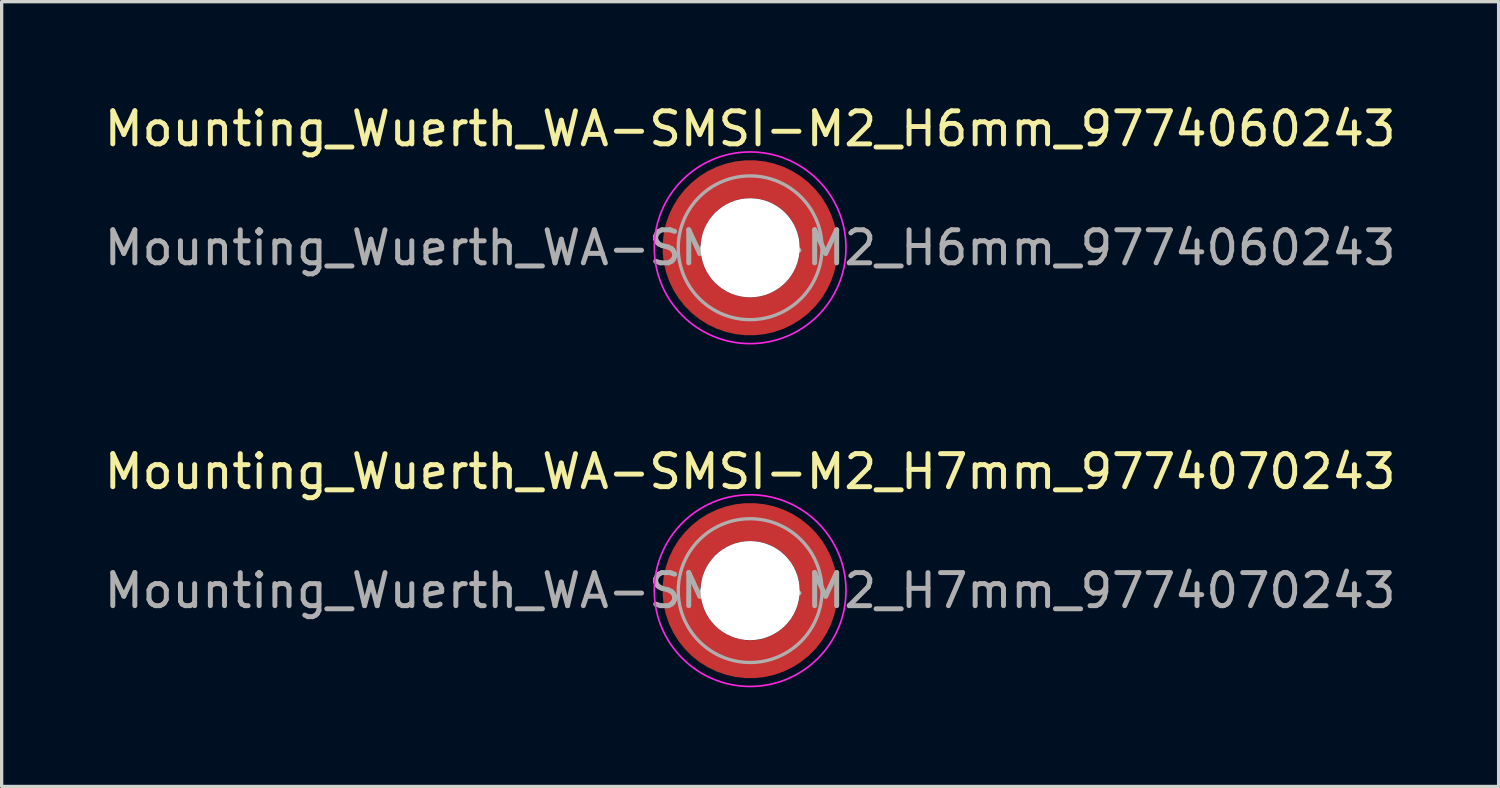
<source format=kicad_pcb>
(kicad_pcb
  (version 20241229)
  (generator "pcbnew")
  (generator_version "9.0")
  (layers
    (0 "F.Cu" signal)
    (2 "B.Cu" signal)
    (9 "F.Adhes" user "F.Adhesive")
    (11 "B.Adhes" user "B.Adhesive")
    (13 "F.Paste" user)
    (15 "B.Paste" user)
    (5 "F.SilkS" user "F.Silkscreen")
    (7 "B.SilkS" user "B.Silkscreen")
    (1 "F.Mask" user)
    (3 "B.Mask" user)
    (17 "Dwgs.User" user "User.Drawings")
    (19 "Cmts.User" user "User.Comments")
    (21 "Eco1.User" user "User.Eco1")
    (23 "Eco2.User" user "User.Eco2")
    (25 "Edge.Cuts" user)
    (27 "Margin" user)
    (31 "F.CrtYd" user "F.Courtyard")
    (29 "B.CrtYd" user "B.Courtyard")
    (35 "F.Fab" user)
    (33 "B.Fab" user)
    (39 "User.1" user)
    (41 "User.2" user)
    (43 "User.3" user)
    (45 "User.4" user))
  (footprint "Mounting_Wuerth_WA-SMSI-M2_H7mm_9774070243"
    (layer "F.Cu")
    (at 19.649 14.822)
    (property "Reference" "Mounting_Wuerth_WA-SMSI-M2_H7mm_9774070243" (at 0 -3.6 0) (layer "F.SilkS") (effects (font (size 1 1) (thickness 0.15))))
    (attr smd)
    (fp_circle (center 0 0) (end 2.9 0) (stroke (width 0.05) (type solid)) (fill no) (layer "F.CrtYd"))
    (fp_circle (center 0 0) (end 2.175 0) (stroke (width 0.1) (type solid)) (fill no) (layer "F.Fab"))
    (fp_text user "${REFERENCE}" (at 0 0 0) (layer "F.Fab") (effects (font (size 1 1) (thickness 0.15))))
    (pad "" smd custom (at -1.453 -1.453) (size 0.61 0.61) (layers "F.Paste") (options (anchor circle)) (primitives (gr_arc (start -0.147677 1.053104) (mid 0.286378 0.286378) (end 1.053104 -0.147677) (width 0.2)) (gr_arc (start -0.240295 1.053104) (mid 0.222738 0.222738) (end 1.053104 -0.240295) (width 0.2)) (gr_arc (start -0.332645 1.053104) (mid 0.159099 0.159099) (end 1.053104 -0.332645) (width 0.2)) (gr_arc (start -0.424767 1.053104) (mid 0.095459 0.095459) (end 1.053104 -0.424767) (width 0.2)) (gr_arc (start -0.516693 1.053104) (mid 0.031819 0.031819) (end 1.053104 -0.516693) (width 0.2)) (gr_arc (start -0.608448 1.053104) (mid -0.03182 -0.03182) (end 1.053104 -0.608448) (width 0.2)) (gr_arc (start -0.700056 1.053104) (mid -0.09546 -0.09546) (end 1.053104 -0.700056) (width 0.2)) (gr_arc (start -0.791534 1.053104) (mid -0.159099 -0.159099) (end 1.053104 -0.791534) (width 0.2)) (gr_arc (start -0.882896 1.053104) (mid -0.222738 -0.222738) (end 1.053104 -0.882896) (width 0.2)) (gr_arc (start -0.974157 1.053104) (mid -0.286378 -0.286378) (end 1.053104 -0.974157) (width 0.2)) (gr_line (start 1.053 -0.148) (end 1.053 -0.974) (width 0.2)) (gr_line (start -0.148 1.053) (end -0.974 1.053) (width 0.2))))
    (pad "" smd custom (at -1.453 1.453) (size 0.61 0.61) (layers "F.Paste") (options (anchor circle)) (primitives (gr_arc (start 1.053104 0.147677) (mid 0.286378 -0.286378) (end -0.147677 -1.053104) (width 0.2)) (gr_arc (start 1.053104 0.240295) (mid 0.222738 -0.222738) (end -0.240295 -1.053104) (width 0.2)) (gr_arc (start 1.053104 0.332645) (mid 0.159099 -0.159099) (end -0.332645 -1.053104) (width 0.2)) (gr_arc (start 1.053104 0.424767) (mid 0.095459 -0.095459) (end -0.424767 -1.053104) (width 0.2)) (gr_arc (start 1.053104 0.516693) (mid 0.031819 -0.031819) (end -0.516693 -1.053104) (width 0.2)) (gr_arc (start 1.053104 0.608448) (mid -0.03182 0.03182) (end -0.608448 -1.053104) (width 0.2)) (gr_arc (start 1.053104 0.700056) (mid -0.09546 0.09546) (end -0.700056 -1.053104) (width 0.2)) (gr_arc (start 1.053104 0.791534) (mid -0.159099 0.159099) (end -0.791534 -1.053104) (width 0.2)) (gr_arc (start 1.053104 0.882896) (mid -0.222738 0.222738) (end -0.882896 -1.053104) (width 0.2)) (gr_arc (start 1.053104 0.974157) (mid -0.286378 0.286378) (end -0.974157 -1.053104) (width 0.2)) (gr_line (start -0.148 -1.053) (end -0.974 -1.053) (width 0.2)) (gr_line (start 1.053 0.148) (end 1.053 0.974) (width 0.2))))
    (pad "" np_thru_hole circle (at 0 0) (size 3 3) (drill 3) (layers "*.Cu" "*.Mask"))
    (pad "" smd custom (at 1.453 -1.453) (size 0.61 0.61) (layers "F.Paste") (options (anchor circle)) (primitives (gr_arc (start -1.053104 -0.147677) (mid -0.286378 0.286378) (end 0.147677 1.053104) (width 0.2)) (gr_arc (start -1.053104 -0.240295) (mid -0.222738 0.222738) (end 0.240295 1.053104) (width 0.2)) (gr_arc (start -1.053104 -0.332645) (mid -0.159099 0.159099) (end 0.332645 1.053104) (width 0.2)) (gr_arc (start -1.053104 -0.424767) (mid -0.095459 0.095459) (end 0.424767 1.053104) (width 0.2)) (gr_arc (start -1.053104 -0.516693) (mid -0.031819 0.031819) (end 0.516693 1.053104) (width 0.2)) (gr_arc (start -1.053104 -0.608448) (mid 0.03182 -0.03182) (end 0.608448 1.053104) (width 0.2)) (gr_arc (start -1.053104 -0.700056) (mid 0.09546 -0.09546) (end 0.700056 1.053104) (width 0.2)) (gr_arc (start -1.053104 -0.791534) (mid 0.159099 -0.159099) (end 0.791534 1.053104) (width 0.2)) (gr_arc (start -1.053104 -0.882896) (mid 0.222738 -0.222738) (end 0.882896 1.053104) (width 0.2)) (gr_arc (start -1.053104 -0.974157) (mid 0.286378 -0.286378) (end 0.974157 1.053104) (width 0.2)) (gr_line (start 0.148 1.053) (end 0.974 1.053) (width 0.2)) (gr_line (start -1.053 -0.148) (end -1.053 -0.974) (width 0.2))))
    (pad "" smd custom (at 1.453 1.453) (size 0.61 0.61) (layers "F.Paste") (options (anchor circle)) (primitives (gr_arc (start 0.147677 -1.053104) (mid -0.286378 -0.286378) (end -1.053104 0.147677) (width 0.2)) (gr_arc (start 0.240295 -1.053104) (mid -0.222738 -0.222738) (end -1.053104 0.240295) (width 0.2)) (gr_arc (start 0.332645 -1.053104) (mid -0.159099 -0.159099) (end -1.053104 0.332645) (width 0.2)) (gr_arc (start 0.424767 -1.053104) (mid -0.095459 -0.095459) (end -1.053104 0.424767) (width 0.2)) (gr_arc (start 0.516693 -1.053104) (mid -0.031819 -0.031819) (end -1.053104 0.516693) (width 0.2)) (gr_arc (start 0.608448 -1.053104) (mid 0.03182 0.03182) (end -1.053104 0.608448) (width 0.2)) (gr_arc (start 0.700056 -1.053104) (mid 0.09546 0.09546) (end -1.053104 0.700056) (width 0.2)) (gr_arc (start 0.791534 -1.053104) (mid 0.159099 0.159099) (end -1.053104 0.791534) (width 0.2)) (gr_arc (start 0.882896 -1.053104) (mid 0.222738 0.222738) (end -1.053104 0.882896) (width 0.2)) (gr_arc (start 0.974157 -1.053104) (mid 0.286378 0.286378) (end -1.053104 0.974157) (width 0.2)) (gr_line (start -1.053 0.148) (end -1.053 0.974) (width 0.2)) (gr_line (start 0.148 -1.053) (end 0.974 -1.053) (width 0.2))))
    (pad "1" smd circle (at -2.075 0) (size 0.75 0.75) (layers "F.Cu"))
    (pad "1" smd circle (at 0 -2.075) (size 0.75 0.75) (layers "F.Cu"))
    (pad "1" smd circle (at 0 2.075) (size 0.75 0.75) (layers "F.Cu"))
    (pad "1" smd custom (at 2.075 0) (size 0.75 0.75) (layers "F.Cu" "F.Mask") (options (anchor circle)) (primitives (gr_circle (center -2.075 0) (end 0 0) (width 1.15) (fill no)))))
  (footprint "Mounting_Wuerth_WA-SMSI-M2_H6mm_9774060243"
    (layer "F.Cu")
    (at 19.649 4.448)
    (property "Reference" "Mounting_Wuerth_WA-SMSI-M2_H6mm_9774060243" (at 0 -3.6 0) (layer "F.SilkS") (effects (font (size 1 1) (thickness 0.15))))
    (attr smd)
    (fp_circle (center 0 0) (end 2.9 0) (stroke (width 0.05) (type solid)) (fill no) (layer "F.CrtYd"))
    (fp_circle (center 0 0) (end 2.175 0) (stroke (width 0.1) (type solid)) (fill no) (layer "F.Fab"))
    (fp_text user "${REFERENCE}" (at 0 0 0) (layer "F.Fab") (effects (font (size 1 1) (thickness 0.15))))
    (pad "" smd custom (at -1.453 -1.453) (size 0.61 0.61) (layers "F.Paste") (options (anchor circle)) (primitives (gr_arc (start -0.147677 1.053104) (mid 0.286378 0.286378) (end 1.053104 -0.147677) (width 0.2)) (gr_arc (start -0.240295 1.053104) (mid 0.222738 0.222738) (end 1.053104 -0.240295) (width 0.2)) (gr_arc (start -0.332645 1.053104) (mid 0.159099 0.159099) (end 1.053104 -0.332645) (width 0.2)) (gr_arc (start -0.424767 1.053104) (mid 0.095459 0.095459) (end 1.053104 -0.424767) (width 0.2)) (gr_arc (start -0.516693 1.053104) (mid 0.031819 0.031819) (end 1.053104 -0.516693) (width 0.2)) (gr_arc (start -0.608448 1.053104) (mid -0.03182 -0.03182) (end 1.053104 -0.608448) (width 0.2)) (gr_arc (start -0.700056 1.053104) (mid -0.09546 -0.09546) (end 1.053104 -0.700056) (width 0.2)) (gr_arc (start -0.791534 1.053104) (mid -0.159099 -0.159099) (end 1.053104 -0.791534) (width 0.2)) (gr_arc (start -0.882896 1.053104) (mid -0.222738 -0.222738) (end 1.053104 -0.882896) (width 0.2)) (gr_arc (start -0.974157 1.053104) (mid -0.286378 -0.286378) (end 1.053104 -0.974157) (width 0.2)) (gr_line (start 1.053 -0.148) (end 1.053 -0.974) (width 0.2)) (gr_line (start -0.148 1.053) (end -0.974 1.053) (width 0.2))))
    (pad "" smd custom (at -1.453 1.453) (size 0.61 0.61) (layers "F.Paste") (options (anchor circle)) (primitives (gr_arc (start 1.053104 0.147677) (mid 0.286378 -0.286378) (end -0.147677 -1.053104) (width 0.2)) (gr_arc (start 1.053104 0.240295) (mid 0.222738 -0.222738) (end -0.240295 -1.053104) (width 0.2)) (gr_arc (start 1.053104 0.332645) (mid 0.159099 -0.159099) (end -0.332645 -1.053104) (width 0.2)) (gr_arc (start 1.053104 0.424767) (mid 0.095459 -0.095459) (end -0.424767 -1.053104) (width 0.2)) (gr_arc (start 1.053104 0.516693) (mid 0.031819 -0.031819) (end -0.516693 -1.053104) (width 0.2)) (gr_arc (start 1.053104 0.608448) (mid -0.03182 0.03182) (end -0.608448 -1.053104) (width 0.2)) (gr_arc (start 1.053104 0.700056) (mid -0.09546 0.09546) (end -0.700056 -1.053104) (width 0.2)) (gr_arc (start 1.053104 0.791534) (mid -0.159099 0.159099) (end -0.791534 -1.053104) (width 0.2)) (gr_arc (start 1.053104 0.882896) (mid -0.222738 0.222738) (end -0.882896 -1.053104) (width 0.2)) (gr_arc (start 1.053104 0.974157) (mid -0.286378 0.286378) (end -0.974157 -1.053104) (width 0.2)) (gr_line (start -0.148 -1.053) (end -0.974 -1.053) (width 0.2)) (gr_line (start 1.053 0.148) (end 1.053 0.974) (width 0.2))))
    (pad "" np_thru_hole circle (at 0 0) (size 3 3) (drill 3) (layers "*.Cu" "*.Mask"))
    (pad "" smd custom (at 1.453 -1.453) (size 0.61 0.61) (layers "F.Paste") (options (anchor circle)) (primitives (gr_arc (start -1.053104 -0.147677) (mid -0.286378 0.286378) (end 0.147677 1.053104) (width 0.2)) (gr_arc (start -1.053104 -0.240295) (mid -0.222738 0.222738) (end 0.240295 1.053104) (width 0.2)) (gr_arc (start -1.053104 -0.332645) (mid -0.159099 0.159099) (end 0.332645 1.053104) (width 0.2)) (gr_arc (start -1.053104 -0.424767) (mid -0.095459 0.095459) (end 0.424767 1.053104) (width 0.2)) (gr_arc (start -1.053104 -0.516693) (mid -0.031819 0.031819) (end 0.516693 1.053104) (width 0.2)) (gr_arc (start -1.053104 -0.608448) (mid 0.03182 -0.03182) (end 0.608448 1.053104) (width 0.2)) (gr_arc (start -1.053104 -0.700056) (mid 0.09546 -0.09546) (end 0.700056 1.053104) (width 0.2)) (gr_arc (start -1.053104 -0.791534) (mid 0.159099 -0.159099) (end 0.791534 1.053104) (width 0.2)) (gr_arc (start -1.053104 -0.882896) (mid 0.222738 -0.222738) (end 0.882896 1.053104) (width 0.2)) (gr_arc (start -1.053104 -0.974157) (mid 0.286378 -0.286378) (end 0.974157 1.053104) (width 0.2)) (gr_line (start 0.148 1.053) (end 0.974 1.053) (width 0.2)) (gr_line (start -1.053 -0.148) (end -1.053 -0.974) (width 0.2))))
    (pad "" smd custom (at 1.453 1.453) (size 0.61 0.61) (layers "F.Paste") (options (anchor circle)) (primitives (gr_arc (start 0.147677 -1.053104) (mid -0.286378 -0.286378) (end -1.053104 0.147677) (width 0.2)) (gr_arc (start 0.240295 -1.053104) (mid -0.222738 -0.222738) (end -1.053104 0.240295) (width 0.2)) (gr_arc (start 0.332645 -1.053104) (mid -0.159099 -0.159099) (end -1.053104 0.332645) (width 0.2)) (gr_arc (start 0.424767 -1.053104) (mid -0.095459 -0.095459) (end -1.053104 0.424767) (width 0.2)) (gr_arc (start 0.516693 -1.053104) (mid -0.031819 -0.031819) (end -1.053104 0.516693) (width 0.2)) (gr_arc (start 0.608448 -1.053104) (mid 0.03182 0.03182) (end -1.053104 0.608448) (width 0.2)) (gr_arc (start 0.700056 -1.053104) (mid 0.09546 0.09546) (end -1.053104 0.700056) (width 0.2)) (gr_arc (start 0.791534 -1.053104) (mid 0.159099 0.159099) (end -1.053104 0.791534) (width 0.2)) (gr_arc (start 0.882896 -1.053104) (mid 0.222738 0.222738) (end -1.053104 0.882896) (width 0.2)) (gr_arc (start 0.974157 -1.053104) (mid 0.286378 0.286378) (end -1.053104 0.974157) (width 0.2)) (gr_line (start -1.053 0.148) (end -1.053 0.974) (width 0.2)) (gr_line (start 0.148 -1.053) (end 0.974 -1.053) (width 0.2))))
    (pad "1" smd circle (at -2.075 0) (size 0.75 0.75) (layers "F.Cu"))
    (pad "1" smd circle (at 0 -2.075) (size 0.75 0.75) (layers "F.Cu"))
    (pad "1" smd circle (at 0 2.075) (size 0.75 0.75) (layers "F.Cu"))
    (pad "1" smd custom (at 2.075 0) (size 0.75 0.75) (layers "F.Cu" "F.Mask") (options (anchor circle)) (primitives (gr_circle (center -2.075 0) (end 0 0) (width 1.15) (fill no)))))
  (gr_rect
    (start -3 -3)
    (end 42.298 20.747)
    (stroke (width 0.1) (type default))
    (fill no)
    (layer "Edge.Cuts")))
</source>
